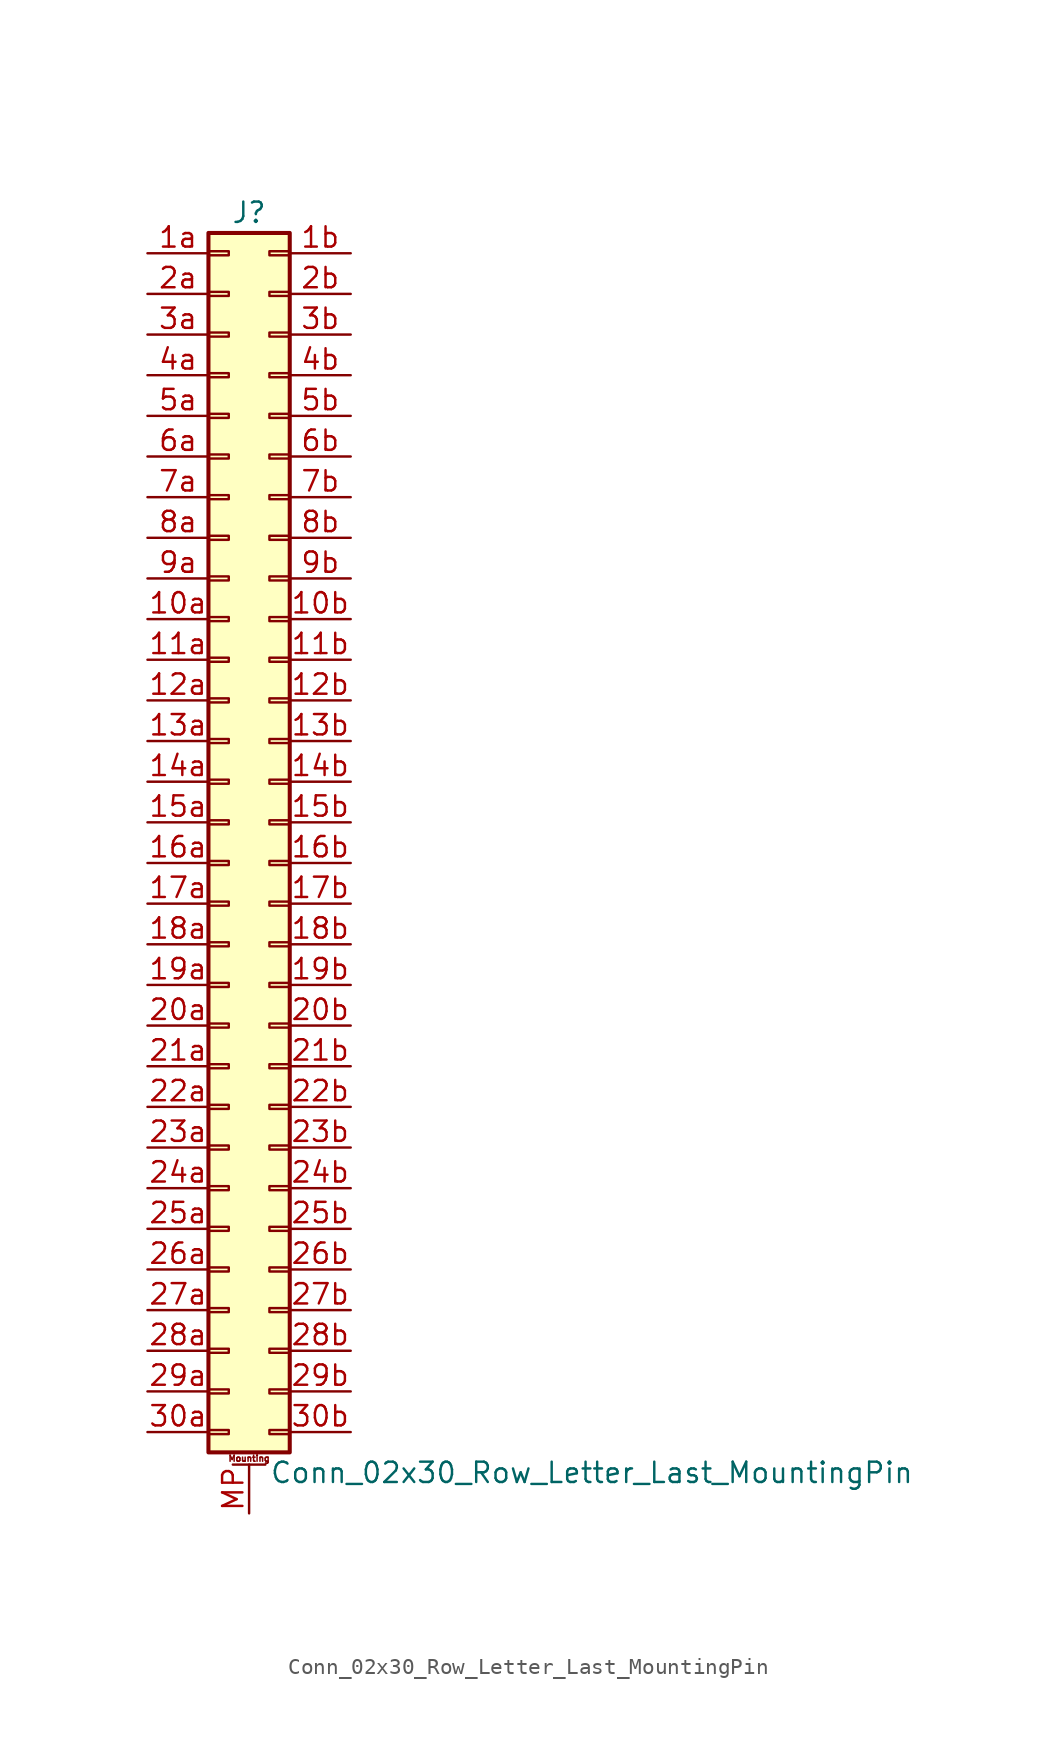
<source format=kicad_sym>
(kicad_symbol_lib
  (version 20220914)
  (generator kicad_symbol_editor)
  (symbol "Conn_02x30_Row_Letter_Last_MountingPin"
    (pin_names
      (offset 1.016) hide)
    (property "Reference" "J"
      (at 1.27 38.1 0)
      (effects (font (size 1.27 1.27))))
    (property "Value" "Conn_02x30_Row_Letter_Last_MountingPin"
      (at 2.54 -40.64 0)
      (effects (font (size 1.27 1.27)) (justify left)))
    (symbol "Conn_02x30_Row_Letter_Last_MountingPin_1_1"
      (rectangle (start -1.27 -37.973) (end 0 -38.227) (stroke (width 0.152) (type default)) (fill (type none)))
      (rectangle (start -1.27 -35.433) (end 0 -35.687) (stroke (width 0.152) (type default)) (fill (type none)))
      (rectangle (start -1.27 -32.893) (end 0 -33.147) (stroke (width 0.152) (type default)) (fill (type none)))
      (rectangle (start -1.27 -30.353) (end 0 -30.607) (stroke (width 0.152) (type default)) (fill (type none)))
      (rectangle (start -1.27 -27.813) (end 0 -28.067) (stroke (width 0.152) (type default)) (fill (type none)))
      (rectangle (start -1.27 -25.273) (end 0 -25.527) (stroke (width 0.152) (type default)) (fill (type none)))
      (rectangle (start -1.27 -22.733) (end 0 -22.987) (stroke (width 0.152) (type default)) (fill (type none)))
      (rectangle (start -1.27 -20.193) (end 0 -20.447) (stroke (width 0.152) (type default)) (fill (type none)))
      (rectangle (start -1.27 -17.653) (end 0 -17.907) (stroke (width 0.152) (type default)) (fill (type none)))
      (rectangle (start -1.27 -15.113) (end 0 -15.367) (stroke (width 0.152) (type default)) (fill (type none)))
      (rectangle (start -1.27 -12.573) (end 0 -12.827) (stroke (width 0.152) (type default)) (fill (type none)))
      (rectangle (start -1.27 -10.033) (end 0 -10.287) (stroke (width 0.152) (type default)) (fill (type none)))
      (rectangle (start -1.27 -7.493) (end 0 -7.747) (stroke (width 0.152) (type default)) (fill (type none)))
      (rectangle (start -1.27 -4.953) (end 0 -5.207) (stroke (width 0.152) (type default)) (fill (type none)))
      (rectangle (start -1.27 -2.413) (end 0 -2.667) (stroke (width 0.152) (type default)) (fill (type none)))
      (rectangle (start -1.27 0.127) (end 0 -0.127) (stroke (width 0.152) (type default)) (fill (type none)))
      (rectangle (start -1.27 2.667) (end 0 2.413) (stroke (width 0.152) (type default)) (fill (type none)))
      (rectangle (start -1.27 5.207) (end 0 4.953) (stroke (width 0.152) (type default)) (fill (type none)))
      (rectangle (start -1.27 7.747) (end 0 7.493) (stroke (width 0.152) (type default)) (fill (type none)))
      (rectangle (start -1.27 10.287) (end 0 10.033) (stroke (width 0.152) (type default)) (fill (type none)))
      (rectangle (start -1.27 12.827) (end 0 12.573) (stroke (width 0.152) (type default)) (fill (type none)))
      (rectangle (start -1.27 15.367) (end 0 15.113) (stroke (width 0.152) (type default)) (fill (type none)))
      (rectangle (start -1.27 17.907) (end 0 17.653) (stroke (width 0.152) (type default)) (fill (type none)))
      (rectangle (start -1.27 20.447) (end 0 20.193) (stroke (width 0.152) (type default)) (fill (type none)))
      (rectangle (start -1.27 22.987) (end 0 22.733) (stroke (width 0.152) (type default)) (fill (type none)))
      (rectangle (start -1.27 25.527) (end 0 25.273) (stroke (width 0.152) (type default)) (fill (type none)))
      (rectangle (start -1.27 28.067) (end 0 27.813) (stroke (width 0.152) (type default)) (fill (type none)))
      (rectangle (start -1.27 30.607) (end 0 30.353) (stroke (width 0.152) (type default)) (fill (type none)))
      (rectangle (start -1.27 33.147) (end 0 32.893) (stroke (width 0.152) (type default)) (fill (type none)))
      (rectangle (start -1.27 35.687) (end 0 35.433) (stroke (width 0.152) (type default)) (fill (type none)))
      (rectangle (start -1.27 36.83) (end 3.81 -39.37) (stroke (width 0.254) (type default)) (fill (type background)))
      (polyline (pts (xy 0.254 -40.132) (xy 2.286 -40.132)) (stroke (width 0.152) (type default)) (fill (type none)))
      (rectangle (start 3.81 -37.973) (end 2.54 -38.227) (stroke (width 0.152) (type default)) (fill (type none)))
      (rectangle (start 3.81 -35.433) (end 2.54 -35.687) (stroke (width 0.152) (type default)) (fill (type none)))
      (rectangle (start 3.81 -32.893) (end 2.54 -33.147) (stroke (width 0.152) (type default)) (fill (type none)))
      (rectangle (start 3.81 -30.353) (end 2.54 -30.607) (stroke (width 0.152) (type default)) (fill (type none)))
      (rectangle (start 3.81 -27.813) (end 2.54 -28.067) (stroke (width 0.152) (type default)) (fill (type none)))
      (rectangle (start 3.81 -25.273) (end 2.54 -25.527) (stroke (width 0.152) (type default)) (fill (type none)))
      (rectangle (start 3.81 -22.733) (end 2.54 -22.987) (stroke (width 0.152) (type default)) (fill (type none)))
      (rectangle (start 3.81 -20.193) (end 2.54 -20.447) (stroke (width 0.152) (type default)) (fill (type none)))
      (rectangle (start 3.81 -17.653) (end 2.54 -17.907) (stroke (width 0.152) (type default)) (fill (type none)))
      (rectangle (start 3.81 -15.113) (end 2.54 -15.367) (stroke (width 0.152) (type default)) (fill (type none)))
      (rectangle (start 3.81 -12.573) (end 2.54 -12.827) (stroke (width 0.152) (type default)) (fill (type none)))
      (rectangle (start 3.81 -10.033) (end 2.54 -10.287) (stroke (width 0.152) (type default)) (fill (type none)))
      (rectangle (start 3.81 -7.493) (end 2.54 -7.747) (stroke (width 0.152) (type default)) (fill (type none)))
      (rectangle (start 3.81 -4.953) (end 2.54 -5.207) (stroke (width 0.152) (type default)) (fill (type none)))
      (rectangle (start 3.81 -2.413) (end 2.54 -2.667) (stroke (width 0.152) (type default)) (fill (type none)))
      (rectangle (start 3.81 0.127) (end 2.54 -0.127) (stroke (width 0.152) (type default)) (fill (type none)))
      (rectangle (start 3.81 2.667) (end 2.54 2.413) (stroke (width 0.152) (type default)) (fill (type none)))
      (rectangle (start 3.81 5.207) (end 2.54 4.953) (stroke (width 0.152) (type default)) (fill (type none)))
      (rectangle (start 3.81 7.747) (end 2.54 7.493) (stroke (width 0.152) (type default)) (fill (type none)))
      (rectangle (start 3.81 10.287) (end 2.54 10.033) (stroke (width 0.152) (type default)) (fill (type none)))
      (rectangle (start 3.81 12.827) (end 2.54 12.573) (stroke (width 0.152) (type default)) (fill (type none)))
      (rectangle (start 3.81 15.367) (end 2.54 15.113) (stroke (width 0.152) (type default)) (fill (type none)))
      (rectangle (start 3.81 17.907) (end 2.54 17.653) (stroke (width 0.152) (type default)) (fill (type none)))
      (rectangle (start 3.81 20.447) (end 2.54 20.193) (stroke (width 0.152) (type default)) (fill (type none)))
      (rectangle (start 3.81 22.987) (end 2.54 22.733) (stroke (width 0.152) (type default)) (fill (type none)))
      (rectangle (start 3.81 25.527) (end 2.54 25.273) (stroke (width 0.152) (type default)) (fill (type none)))
      (rectangle (start 3.81 28.067) (end 2.54 27.813) (stroke (width 0.152) (type default)) (fill (type none)))
      (rectangle (start 3.81 30.607) (end 2.54 30.353) (stroke (width 0.152) (type default)) (fill (type none)))
      (rectangle (start 3.81 33.147) (end 2.54 32.893) (stroke (width 0.152) (type default)) (fill (type none)))
      (rectangle (start 3.81 35.687) (end 2.54 35.433) (stroke (width 0.152) (type default)) (fill (type none)))
      (text "Mounting" (at 1.27 -39.751 0) (effects (font (size 0.381 0.381))))
      (pin passive line (at -5.08 12.7 0) (length 3.81) (name "Pin_10a" (effects (font (size 1.27 1.27)))) (number "10a" (effects (font (size 1.27 1.27)))))
      (pin passive line (at 7.62 12.7 180) (length 3.81) (name "Pin_10b" (effects (font (size 1.27 1.27)))) (number "10b" (effects (font (size 1.27 1.27)))))
      (pin passive line (at -5.08 10.16 0) (length 3.81) (name "Pin_11a" (effects (font (size 1.27 1.27)))) (number "11a" (effects (font (size 1.27 1.27)))))
      (pin passive line (at 7.62 10.16 180) (length 3.81) (name "Pin_11b" (effects (font (size 1.27 1.27)))) (number "11b" (effects (font (size 1.27 1.27)))))
      (pin passive line (at -5.08 7.62 0) (length 3.81) (name "Pin_12a" (effects (font (size 1.27 1.27)))) (number "12a" (effects (font (size 1.27 1.27)))))
      (pin passive line (at 7.62 7.62 180) (length 3.81) (name "Pin_12b" (effects (font (size 1.27 1.27)))) (number "12b" (effects (font (size 1.27 1.27)))))
      (pin passive line (at -5.08 5.08 0) (length 3.81) (name "Pin_13a" (effects (font (size 1.27 1.27)))) (number "13a" (effects (font (size 1.27 1.27)))))
      (pin passive line (at 7.62 5.08 180) (length 3.81) (name "Pin_13b" (effects (font (size 1.27 1.27)))) (number "13b" (effects (font (size 1.27 1.27)))))
      (pin passive line (at -5.08 2.54 0) (length 3.81) (name "Pin_14a" (effects (font (size 1.27 1.27)))) (number "14a" (effects (font (size 1.27 1.27)))))
      (pin passive line (at 7.62 2.54 180) (length 3.81) (name "Pin_14b" (effects (font (size 1.27 1.27)))) (number "14b" (effects (font (size 1.27 1.27)))))
      (pin passive line (at -5.08 0 0) (length 3.81) (name "Pin_15a" (effects (font (size 1.27 1.27)))) (number "15a" (effects (font (size 1.27 1.27)))))
      (pin passive line (at 7.62 0 180) (length 3.81) (name "Pin_15b" (effects (font (size 1.27 1.27)))) (number "15b" (effects (font (size 1.27 1.27)))))
      (pin passive line (at -5.08 -2.54 0) (length 3.81) (name "Pin_16a" (effects (font (size 1.27 1.27)))) (number "16a" (effects (font (size 1.27 1.27)))))
      (pin passive line (at 7.62 -2.54 180) (length 3.81) (name "Pin_16b" (effects (font (size 1.27 1.27)))) (number "16b" (effects (font (size 1.27 1.27)))))
      (pin passive line (at -5.08 -5.08 0) (length 3.81) (name "Pin_17a" (effects (font (size 1.27 1.27)))) (number "17a" (effects (font (size 1.27 1.27)))))
      (pin passive line (at 7.62 -5.08 180) (length 3.81) (name "Pin_17b" (effects (font (size 1.27 1.27)))) (number "17b" (effects (font (size 1.27 1.27)))))
      (pin passive line (at -5.08 -7.62 0) (length 3.81) (name "Pin_18a" (effects (font (size 1.27 1.27)))) (number "18a" (effects (font (size 1.27 1.27)))))
      (pin passive line (at 7.62 -7.62 180) (length 3.81) (name "Pin_18b" (effects (font (size 1.27 1.27)))) (number "18b" (effects (font (size 1.27 1.27)))))
      (pin passive line (at -5.08 -10.16 0) (length 3.81) (name "Pin_19a" (effects (font (size 1.27 1.27)))) (number "19a" (effects (font (size 1.27 1.27)))))
      (pin passive line (at 7.62 -10.16 180) (length 3.81) (name "Pin_19b" (effects (font (size 1.27 1.27)))) (number "19b" (effects (font (size 1.27 1.27)))))
      (pin passive line (at -5.08 35.56 0) (length 3.81) (name "Pin_1a" (effects (font (size 1.27 1.27)))) (number "1a" (effects (font (size 1.27 1.27)))))
      (pin passive line (at 7.62 35.56 180) (length 3.81) (name "Pin_1b" (effects (font (size 1.27 1.27)))) (number "1b" (effects (font (size 1.27 1.27)))))
      (pin passive line (at -5.08 -12.7 0) (length 3.81) (name "Pin_20a" (effects (font (size 1.27 1.27)))) (number "20a" (effects (font (size 1.27 1.27)))))
      (pin passive line (at 7.62 -12.7 180) (length 3.81) (name "Pin_20b" (effects (font (size 1.27 1.27)))) (number "20b" (effects (font (size 1.27 1.27)))))
      (pin passive line (at -5.08 -15.24 0) (length 3.81) (name "Pin_21a" (effects (font (size 1.27 1.27)))) (number "21a" (effects (font (size 1.27 1.27)))))
      (pin passive line (at 7.62 -15.24 180) (length 3.81) (name "Pin_21b" (effects (font (size 1.27 1.27)))) (number "21b" (effects (font (size 1.27 1.27)))))
      (pin passive line (at -5.08 -17.78 0) (length 3.81) (name "Pin_22a" (effects (font (size 1.27 1.27)))) (number "22a" (effects (font (size 1.27 1.27)))))
      (pin passive line (at 7.62 -17.78 180) (length 3.81) (name "Pin_22b" (effects (font (size 1.27 1.27)))) (number "22b" (effects (font (size 1.27 1.27)))))
      (pin passive line (at -5.08 -20.32 0) (length 3.81) (name "Pin_23a" (effects (font (size 1.27 1.27)))) (number "23a" (effects (font (size 1.27 1.27)))))
      (pin passive line (at 7.62 -20.32 180) (length 3.81) (name "Pin_23b" (effects (font (size 1.27 1.27)))) (number "23b" (effects (font (size 1.27 1.27)))))
      (pin passive line (at -5.08 -22.86 0) (length 3.81) (name "Pin_24a" (effects (font (size 1.27 1.27)))) (number "24a" (effects (font (size 1.27 1.27)))))
      (pin passive line (at 7.62 -22.86 180) (length 3.81) (name "Pin_24b" (effects (font (size 1.27 1.27)))) (number "24b" (effects (font (size 1.27 1.27)))))
      (pin passive line (at -5.08 -25.4 0) (length 3.81) (name "Pin_25a" (effects (font (size 1.27 1.27)))) (number "25a" (effects (font (size 1.27 1.27)))))
      (pin passive line (at 7.62 -25.4 180) (length 3.81) (name "Pin_25b" (effects (font (size 1.27 1.27)))) (number "25b" (effects (font (size 1.27 1.27)))))
      (pin passive line (at -5.08 -27.94 0) (length 3.81) (name "Pin_26a" (effects (font (size 1.27 1.27)))) (number "26a" (effects (font (size 1.27 1.27)))))
      (pin passive line (at 7.62 -27.94 180) (length 3.81) (name "Pin_26b" (effects (font (size 1.27 1.27)))) (number "26b" (effects (font (size 1.27 1.27)))))
      (pin passive line (at -5.08 -30.48 0) (length 3.81) (name "Pin_27a" (effects (font (size 1.27 1.27)))) (number "27a" (effects (font (size 1.27 1.27)))))
      (pin passive line (at 7.62 -30.48 180) (length 3.81) (name "Pin_27b" (effects (font (size 1.27 1.27)))) (number "27b" (effects (font (size 1.27 1.27)))))
      (pin passive line (at -5.08 -33.02 0) (length 3.81) (name "Pin_28a" (effects (font (size 1.27 1.27)))) (number "28a" (effects (font (size 1.27 1.27)))))
      (pin passive line (at 7.62 -33.02 180) (length 3.81) (name "Pin_28b" (effects (font (size 1.27 1.27)))) (number "28b" (effects (font (size 1.27 1.27)))))
      (pin passive line (at -5.08 -35.56 0) (length 3.81) (name "Pin_29a" (effects (font (size 1.27 1.27)))) (number "29a" (effects (font (size 1.27 1.27)))))
      (pin passive line (at 7.62 -35.56 180) (length 3.81) (name "Pin_29b" (effects (font (size 1.27 1.27)))) (number "29b" (effects (font (size 1.27 1.27)))))
      (pin passive line (at -5.08 33.02 0) (length 3.81) (name "Pin_2a" (effects (font (size 1.27 1.27)))) (number "2a" (effects (font (size 1.27 1.27)))))
      (pin passive line (at 7.62 33.02 180) (length 3.81) (name "Pin_2b" (effects (font (size 1.27 1.27)))) (number "2b" (effects (font (size 1.27 1.27)))))
      (pin passive line (at -5.08 -38.1 0) (length 3.81) (name "Pin_30a" (effects (font (size 1.27 1.27)))) (number "30a" (effects (font (size 1.27 1.27)))))
      (pin passive line (at 7.62 -38.1 180) (length 3.81) (name "Pin_30b" (effects (font (size 1.27 1.27)))) (number "30b" (effects (font (size 1.27 1.27)))))
      (pin passive line (at -5.08 30.48 0) (length 3.81) (name "Pin_3a" (effects (font (size 1.27 1.27)))) (number "3a" (effects (font (size 1.27 1.27)))))
      (pin passive line (at 7.62 30.48 180) (length 3.81) (name "Pin_3b" (effects (font (size 1.27 1.27)))) (number "3b" (effects (font (size 1.27 1.27)))))
      (pin passive line (at -5.08 27.94 0) (length 3.81) (name "Pin_4a" (effects (font (size 1.27 1.27)))) (number "4a" (effects (font (size 1.27 1.27)))))
      (pin passive line (at 7.62 27.94 180) (length 3.81) (name "Pin_4b" (effects (font (size 1.27 1.27)))) (number "4b" (effects (font (size 1.27 1.27)))))
      (pin passive line (at -5.08 25.4 0) (length 3.81) (name "Pin_5a" (effects (font (size 1.27 1.27)))) (number "5a" (effects (font (size 1.27 1.27)))))
      (pin passive line (at 7.62 25.4 180) (length 3.81) (name "Pin_5b" (effects (font (size 1.27 1.27)))) (number "5b" (effects (font (size 1.27 1.27)))))
      (pin passive line (at -5.08 22.86 0) (length 3.81) (name "Pin_6a" (effects (font (size 1.27 1.27)))) (number "6a" (effects (font (size 1.27 1.27)))))
      (pin passive line (at 7.62 22.86 180) (length 3.81) (name "Pin_6b" (effects (font (size 1.27 1.27)))) (number "6b" (effects (font (size 1.27 1.27)))))
      (pin passive line (at -5.08 20.32 0) (length 3.81) (name "Pin_7a" (effects (font (size 1.27 1.27)))) (number "7a" (effects (font (size 1.27 1.27)))))
      (pin passive line (at 7.62 20.32 180) (length 3.81) (name "Pin_7b" (effects (font (size 1.27 1.27)))) (number "7b" (effects (font (size 1.27 1.27)))))
      (pin passive line (at -5.08 17.78 0) (length 3.81) (name "Pin_8a" (effects (font (size 1.27 1.27)))) (number "8a" (effects (font (size 1.27 1.27)))))
      (pin passive line (at 7.62 17.78 180) (length 3.81) (name "Pin_8b" (effects (font (size 1.27 1.27)))) (number "8b" (effects (font (size 1.27 1.27)))))
      (pin passive line (at -5.08 15.24 0) (length 3.81) (name "Pin_9a" (effects (font (size 1.27 1.27)))) (number "9a" (effects (font (size 1.27 1.27)))))
      (pin passive line (at 7.62 15.24 180) (length 3.81) (name "Pin_9b" (effects (font (size 1.27 1.27)))) (number "9b" (effects (font (size 1.27 1.27)))))
      (pin passive line (at 1.27 -43.18 90) (length 3.048) (name "MountPin" (effects (font (size 1.27 1.27)))) (number "MP" (effects (font (size 1.27 1.27))))))))
</source>
